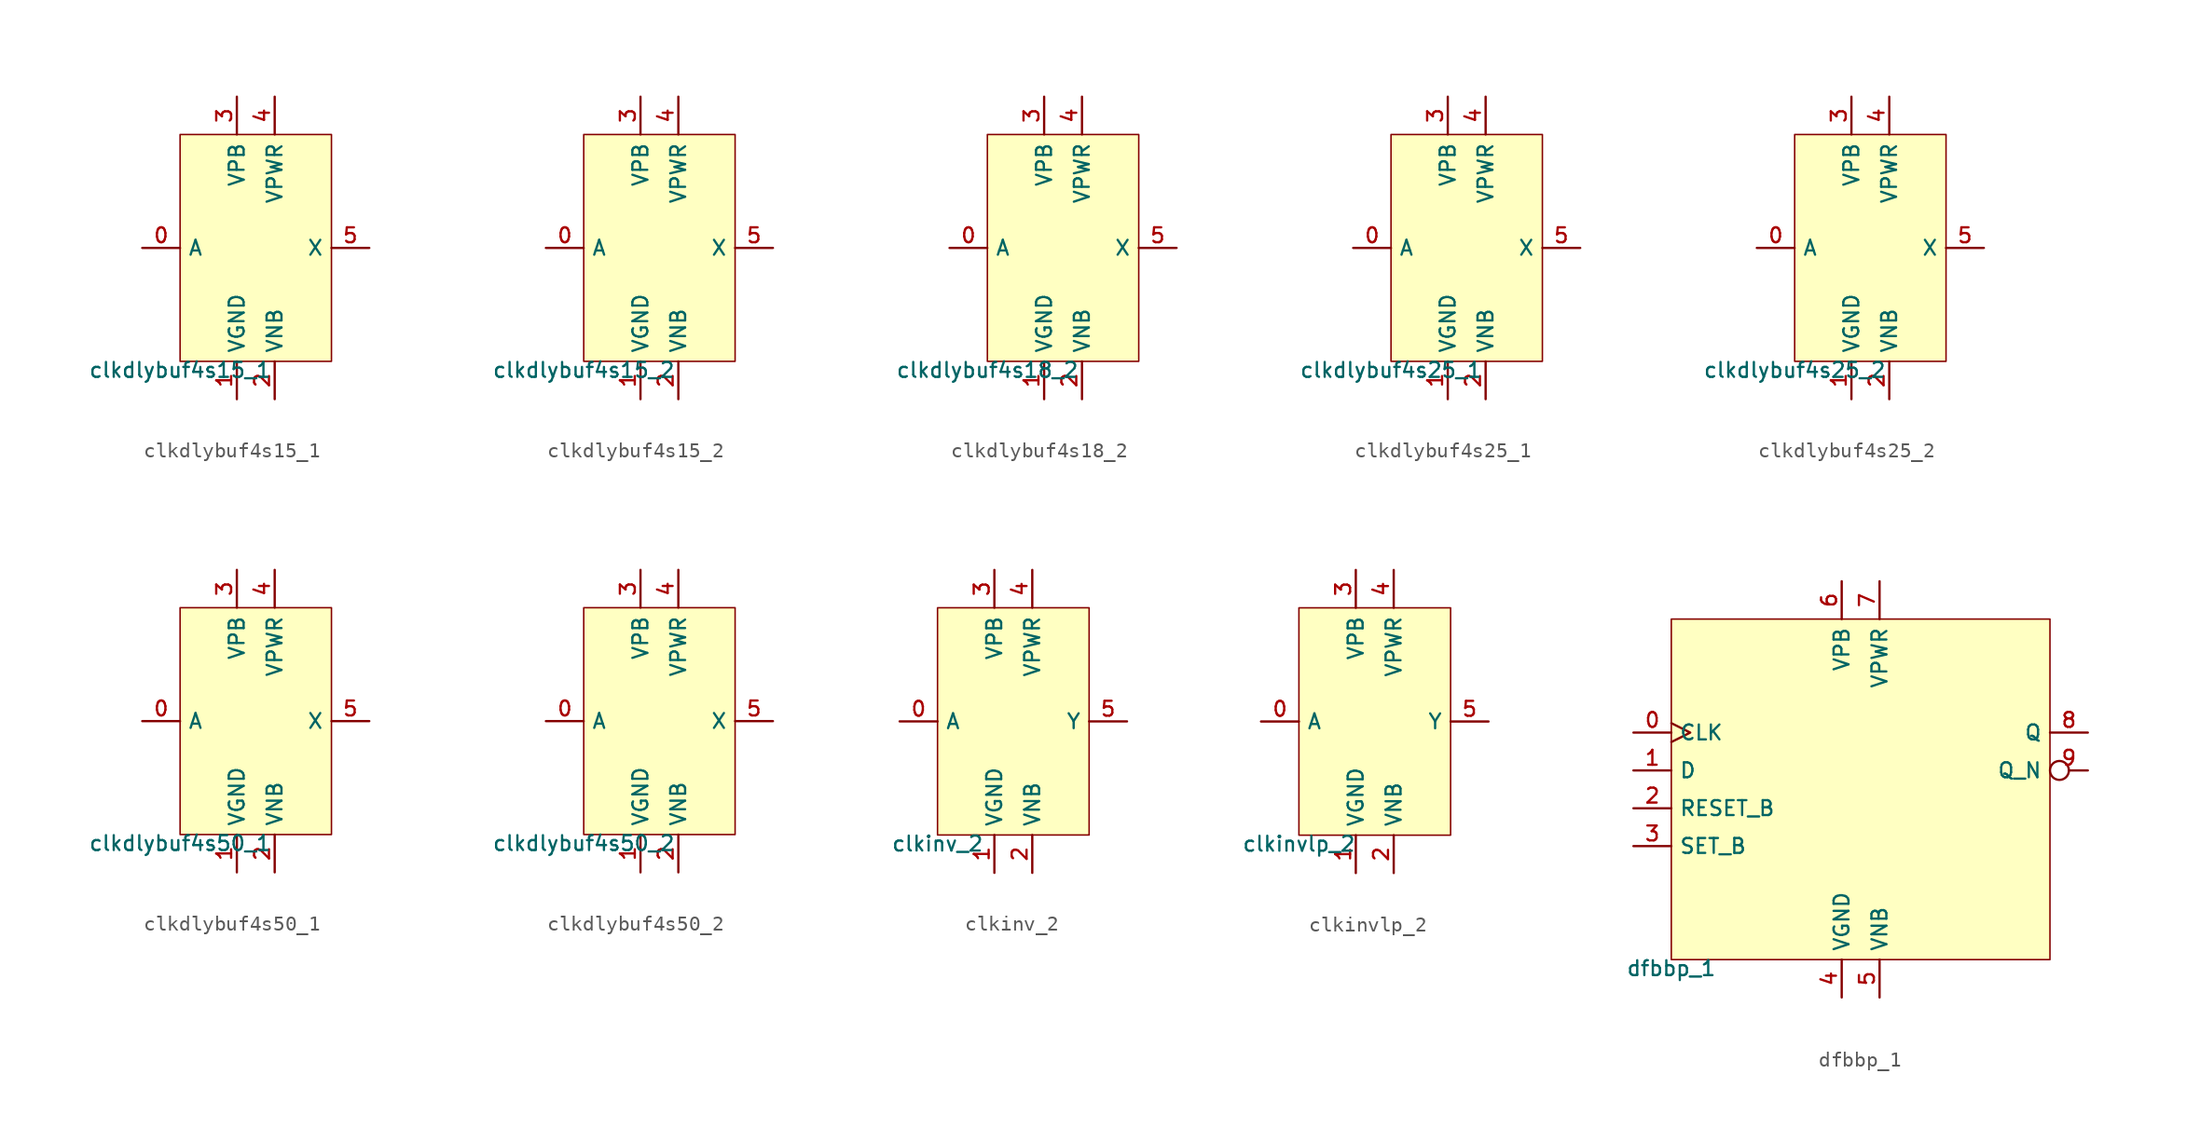
<source format=kicad_sym>
(kicad_symbol_lib
  (version 20211014)
  (generator pdk2kicad)
  (symbol "clkdlybuf4s15_1"
    (property "Reference" "X"
      (at 0 0 0)
      (effects (font (size 1 1)) hide))
    (property "Value" "clkdlybuf4s15_1"
      (at -5.08 -7.62 0)
      (effects (font (size 1 1)) (justify top)))
    (rectangle
      (start -5.08 -7.62)
      (end 5.08 7.62)
      (stroke (width 0.1) (type solid) (color 0 0 0 0))
      (fill (type background)))
    (pin input line
      (at -7.62 0.0 0)
      (length 2.54)
      (name "A" (effects (font (size 1 1)) hide))
      (number "0" (effects (font (size 1 1)) hide)))
    (pin power_in line
      (at -1.27 -10.16 90)
      (length 2.54)
      (name "VGND" (effects (font (size 1 1)) hide))
      (number "1" (effects (font (size 1 1)) hide)))
    (pin power_in line
      (at 1.27 -10.16 90)
      (length 2.54)
      (name "VNB" (effects (font (size 1 1)) hide))
      (number "2" (effects (font (size 1 1)) hide)))
    (pin power_in line
      (at -1.27 10.16 270)
      (length 2.54)
      (name "VPB" (effects (font (size 1 1)) hide))
      (number "3" (effects (font (size 1 1)) hide)))
    (pin power_in line
      (at 1.27 10.16 270)
      (length 2.54)
      (name "VPWR" (effects (font (size 1 1)) hide))
      (number "4" (effects (font (size 1 1)) hide)))
    (pin output line
      (at 7.62 0.0 180)
      (length 2.54)
      (name "X" (effects (font (size 1 1)) hide))
      (number "5" (effects (font (size 1 1)) hide))))
  (symbol "clkdlybuf4s15_2"
    (property "Reference" "X"
      (at 0 0 0)
      (effects (font (size 1 1)) hide))
    (property "Value" "clkdlybuf4s15_2"
      (at -5.08 -7.62 0)
      (effects (font (size 1 1)) (justify top)))
    (rectangle
      (start -5.08 -7.62)
      (end 5.08 7.62)
      (stroke (width 0.1) (type solid) (color 0 0 0 0))
      (fill (type background)))
    (pin input line
      (at -7.62 0.0 0)
      (length 2.54)
      (name "A" (effects (font (size 1 1)) hide))
      (number "0" (effects (font (size 1 1)) hide)))
    (pin power_in line
      (at -1.27 -10.16 90)
      (length 2.54)
      (name "VGND" (effects (font (size 1 1)) hide))
      (number "1" (effects (font (size 1 1)) hide)))
    (pin power_in line
      (at 1.27 -10.16 90)
      (length 2.54)
      (name "VNB" (effects (font (size 1 1)) hide))
      (number "2" (effects (font (size 1 1)) hide)))
    (pin power_in line
      (at -1.27 10.16 270)
      (length 2.54)
      (name "VPB" (effects (font (size 1 1)) hide))
      (number "3" (effects (font (size 1 1)) hide)))
    (pin power_in line
      (at 1.27 10.16 270)
      (length 2.54)
      (name "VPWR" (effects (font (size 1 1)) hide))
      (number "4" (effects (font (size 1 1)) hide)))
    (pin output line
      (at 7.62 0.0 180)
      (length 2.54)
      (name "X" (effects (font (size 1 1)) hide))
      (number "5" (effects (font (size 1 1)) hide))))
  (symbol "clkdlybuf4s18_2"
    (property "Reference" "X"
      (at 0 0 0)
      (effects (font (size 1 1)) hide))
    (property "Value" "clkdlybuf4s18_2"
      (at -5.08 -7.62 0)
      (effects (font (size 1 1)) (justify top)))
    (rectangle
      (start -5.08 -7.62)
      (end 5.08 7.62)
      (stroke (width 0.1) (type solid) (color 0 0 0 0))
      (fill (type background)))
    (pin input line
      (at -7.62 0.0 0)
      (length 2.54)
      (name "A" (effects (font (size 1 1)) hide))
      (number "0" (effects (font (size 1 1)) hide)))
    (pin power_in line
      (at -1.27 -10.16 90)
      (length 2.54)
      (name "VGND" (effects (font (size 1 1)) hide))
      (number "1" (effects (font (size 1 1)) hide)))
    (pin power_in line
      (at 1.27 -10.16 90)
      (length 2.54)
      (name "VNB" (effects (font (size 1 1)) hide))
      (number "2" (effects (font (size 1 1)) hide)))
    (pin power_in line
      (at -1.27 10.16 270)
      (length 2.54)
      (name "VPB" (effects (font (size 1 1)) hide))
      (number "3" (effects (font (size 1 1)) hide)))
    (pin power_in line
      (at 1.27 10.16 270)
      (length 2.54)
      (name "VPWR" (effects (font (size 1 1)) hide))
      (number "4" (effects (font (size 1 1)) hide)))
    (pin output line
      (at 7.62 0.0 180)
      (length 2.54)
      (name "X" (effects (font (size 1 1)) hide))
      (number "5" (effects (font (size 1 1)) hide))))
  (symbol "clkdlybuf4s25_1"
    (property "Reference" "X"
      (at 0 0 0)
      (effects (font (size 1 1)) hide))
    (property "Value" "clkdlybuf4s25_1"
      (at -5.08 -7.62 0)
      (effects (font (size 1 1)) (justify top)))
    (rectangle
      (start -5.08 -7.62)
      (end 5.08 7.62)
      (stroke (width 0.1) (type solid) (color 0 0 0 0))
      (fill (type background)))
    (pin input line
      (at -7.62 0.0 0)
      (length 2.54)
      (name "A" (effects (font (size 1 1)) hide))
      (number "0" (effects (font (size 1 1)) hide)))
    (pin power_in line
      (at -1.27 -10.16 90)
      (length 2.54)
      (name "VGND" (effects (font (size 1 1)) hide))
      (number "1" (effects (font (size 1 1)) hide)))
    (pin power_in line
      (at 1.27 -10.16 90)
      (length 2.54)
      (name "VNB" (effects (font (size 1 1)) hide))
      (number "2" (effects (font (size 1 1)) hide)))
    (pin power_in line
      (at -1.27 10.16 270)
      (length 2.54)
      (name "VPB" (effects (font (size 1 1)) hide))
      (number "3" (effects (font (size 1 1)) hide)))
    (pin power_in line
      (at 1.27 10.16 270)
      (length 2.54)
      (name "VPWR" (effects (font (size 1 1)) hide))
      (number "4" (effects (font (size 1 1)) hide)))
    (pin output line
      (at 7.62 0.0 180)
      (length 2.54)
      (name "X" (effects (font (size 1 1)) hide))
      (number "5" (effects (font (size 1 1)) hide))))
  (symbol "clkdlybuf4s25_2"
    (property "Reference" "X"
      (at 0 0 0)
      (effects (font (size 1 1)) hide))
    (property "Value" "clkdlybuf4s25_2"
      (at -5.08 -7.62 0)
      (effects (font (size 1 1)) (justify top)))
    (rectangle
      (start -5.08 -7.62)
      (end 5.08 7.62)
      (stroke (width 0.1) (type solid) (color 0 0 0 0))
      (fill (type background)))
    (pin input line
      (at -7.62 0.0 0)
      (length 2.54)
      (name "A" (effects (font (size 1 1)) hide))
      (number "0" (effects (font (size 1 1)) hide)))
    (pin power_in line
      (at -1.27 -10.16 90)
      (length 2.54)
      (name "VGND" (effects (font (size 1 1)) hide))
      (number "1" (effects (font (size 1 1)) hide)))
    (pin power_in line
      (at 1.27 -10.16 90)
      (length 2.54)
      (name "VNB" (effects (font (size 1 1)) hide))
      (number "2" (effects (font (size 1 1)) hide)))
    (pin power_in line
      (at -1.27 10.16 270)
      (length 2.54)
      (name "VPB" (effects (font (size 1 1)) hide))
      (number "3" (effects (font (size 1 1)) hide)))
    (pin power_in line
      (at 1.27 10.16 270)
      (length 2.54)
      (name "VPWR" (effects (font (size 1 1)) hide))
      (number "4" (effects (font (size 1 1)) hide)))
    (pin output line
      (at 7.62 0.0 180)
      (length 2.54)
      (name "X" (effects (font (size 1 1)) hide))
      (number "5" (effects (font (size 1 1)) hide))))
  (symbol "clkdlybuf4s50_1"
    (property "Reference" "X"
      (at 0 0 0)
      (effects (font (size 1 1)) hide))
    (property "Value" "clkdlybuf4s50_1"
      (at -5.08 -7.62 0)
      (effects (font (size 1 1)) (justify top)))
    (rectangle
      (start -5.08 -7.62)
      (end 5.08 7.62)
      (stroke (width 0.1) (type solid) (color 0 0 0 0))
      (fill (type background)))
    (pin input line
      (at -7.62 0.0 0)
      (length 2.54)
      (name "A" (effects (font (size 1 1)) hide))
      (number "0" (effects (font (size 1 1)) hide)))
    (pin power_in line
      (at -1.27 -10.16 90)
      (length 2.54)
      (name "VGND" (effects (font (size 1 1)) hide))
      (number "1" (effects (font (size 1 1)) hide)))
    (pin power_in line
      (at 1.27 -10.16 90)
      (length 2.54)
      (name "VNB" (effects (font (size 1 1)) hide))
      (number "2" (effects (font (size 1 1)) hide)))
    (pin power_in line
      (at -1.27 10.16 270)
      (length 2.54)
      (name "VPB" (effects (font (size 1 1)) hide))
      (number "3" (effects (font (size 1 1)) hide)))
    (pin power_in line
      (at 1.27 10.16 270)
      (length 2.54)
      (name "VPWR" (effects (font (size 1 1)) hide))
      (number "4" (effects (font (size 1 1)) hide)))
    (pin output line
      (at 7.62 0.0 180)
      (length 2.54)
      (name "X" (effects (font (size 1 1)) hide))
      (number "5" (effects (font (size 1 1)) hide))))
  (symbol "clkdlybuf4s50_2"
    (property "Reference" "X"
      (at 0 0 0)
      (effects (font (size 1 1)) hide))
    (property "Value" "clkdlybuf4s50_2"
      (at -5.08 -7.62 0)
      (effects (font (size 1 1)) (justify top)))
    (rectangle
      (start -5.08 -7.62)
      (end 5.08 7.62)
      (stroke (width 0.1) (type solid) (color 0 0 0 0))
      (fill (type background)))
    (pin input line
      (at -7.62 0.0 0)
      (length 2.54)
      (name "A" (effects (font (size 1 1)) hide))
      (number "0" (effects (font (size 1 1)) hide)))
    (pin power_in line
      (at -1.27 -10.16 90)
      (length 2.54)
      (name "VGND" (effects (font (size 1 1)) hide))
      (number "1" (effects (font (size 1 1)) hide)))
    (pin power_in line
      (at 1.27 -10.16 90)
      (length 2.54)
      (name "VNB" (effects (font (size 1 1)) hide))
      (number "2" (effects (font (size 1 1)) hide)))
    (pin power_in line
      (at -1.27 10.16 270)
      (length 2.54)
      (name "VPB" (effects (font (size 1 1)) hide))
      (number "3" (effects (font (size 1 1)) hide)))
    (pin power_in line
      (at 1.27 10.16 270)
      (length 2.54)
      (name "VPWR" (effects (font (size 1 1)) hide))
      (number "4" (effects (font (size 1 1)) hide)))
    (pin output line
      (at 7.62 0.0 180)
      (length 2.54)
      (name "X" (effects (font (size 1 1)) hide))
      (number "5" (effects (font (size 1 1)) hide))))
  (symbol "clkinv_2"
    (property "Reference" "X"
      (at 0 0 0)
      (effects (font (size 1 1)) hide))
    (property "Value" "clkinv_2"
      (at -5.08 -7.62 0)
      (effects (font (size 1 1)) (justify top)))
    (rectangle
      (start -5.08 -7.62)
      (end 5.08 7.62)
      (stroke (width 0.1) (type solid) (color 0 0 0 0))
      (fill (type background)))
    (pin input line
      (at -7.62 0.0 0)
      (length 2.54)
      (name "A" (effects (font (size 1 1)) hide))
      (number "0" (effects (font (size 1 1)) hide)))
    (pin power_in line
      (at -1.27 -10.16 90)
      (length 2.54)
      (name "VGND" (effects (font (size 1 1)) hide))
      (number "1" (effects (font (size 1 1)) hide)))
    (pin power_in line
      (at 1.27 -10.16 90)
      (length 2.54)
      (name "VNB" (effects (font (size 1 1)) hide))
      (number "2" (effects (font (size 1 1)) hide)))
    (pin power_in line
      (at -1.27 10.16 270)
      (length 2.54)
      (name "VPB" (effects (font (size 1 1)) hide))
      (number "3" (effects (font (size 1 1)) hide)))
    (pin power_in line
      (at 1.27 10.16 270)
      (length 2.54)
      (name "VPWR" (effects (font (size 1 1)) hide))
      (number "4" (effects (font (size 1 1)) hide)))
    (pin output line
      (at 7.62 0.0 180)
      (length 2.54)
      (name "Y" (effects (font (size 1 1)) hide))
      (number "5" (effects (font (size 1 1)) hide))))
  (symbol "clkinvlp_2"
    (property "Reference" "X"
      (at 0 0 0)
      (effects (font (size 1 1)) hide))
    (property "Value" "clkinvlp_2"
      (at -5.08 -7.62 0)
      (effects (font (size 1 1)) (justify top)))
    (rectangle
      (start -5.08 -7.62)
      (end 5.08 7.62)
      (stroke (width 0.1) (type solid) (color 0 0 0 0))
      (fill (type background)))
    (pin input line
      (at -7.62 0.0 0)
      (length 2.54)
      (name "A" (effects (font (size 1 1)) hide))
      (number "0" (effects (font (size 1 1)) hide)))
    (pin power_in line
      (at -1.27 -10.16 90)
      (length 2.54)
      (name "VGND" (effects (font (size 1 1)) hide))
      (number "1" (effects (font (size 1 1)) hide)))
    (pin power_in line
      (at 1.27 -10.16 90)
      (length 2.54)
      (name "VNB" (effects (font (size 1 1)) hide))
      (number "2" (effects (font (size 1 1)) hide)))
    (pin power_in line
      (at -1.27 10.16 270)
      (length 2.54)
      (name "VPB" (effects (font (size 1 1)) hide))
      (number "3" (effects (font (size 1 1)) hide)))
    (pin power_in line
      (at 1.27 10.16 270)
      (length 2.54)
      (name "VPWR" (effects (font (size 1 1)) hide))
      (number "4" (effects (font (size 1 1)) hide)))
    (pin output line
      (at 7.62 0.0 180)
      (length 2.54)
      (name "Y" (effects (font (size 1 1)) hide))
      (number "5" (effects (font (size 1 1)) hide))))
  (symbol "dfbbp_1"
    (property "Reference" "X"
      (at 0 0 0)
      (effects (font (size 1 1)) hide))
    (property "Value" "dfbbp_1"
      (at -12.7 -11.43 0)
      (effects (font (size 1 1)) (justify top)))
    (rectangle
      (start -12.7 -11.43)
      (end 12.7 11.43)
      (stroke (width 0.1) (type solid) (color 0 0 0 0))
      (fill (type background)))
    (pin input clock
      (at -15.24 3.81 0)
      (length 2.54)
      (name "CLK" (effects (font (size 1 1)) hide))
      (number "0" (effects (font (size 1 1)) hide)))
    (pin input line
      (at -15.24 1.27 0)
      (length 2.54)
      (name "D" (effects (font (size 1 1)) hide))
      (number "1" (effects (font (size 1 1)) hide)))
    (pin input line
      (at -15.24 -1.27 0)
      (length 2.54)
      (name "RESET_B" (effects (font (size 1 1)) hide))
      (number "2" (effects (font (size 1 1)) hide)))
    (pin input line
      (at -15.24 -3.81 0)
      (length 2.54)
      (name "SET_B" (effects (font (size 1 1)) hide))
      (number "3" (effects (font (size 1 1)) hide)))
    (pin power_in line
      (at -1.27 -13.97 90)
      (length 2.54)
      (name "VGND" (effects (font (size 1 1)) hide))
      (number "4" (effects (font (size 1 1)) hide)))
    (pin power_in line
      (at 1.27 -13.97 90)
      (length 2.54)
      (name "VNB" (effects (font (size 1 1)) hide))
      (number "5" (effects (font (size 1 1)) hide)))
    (pin power_in line
      (at -1.27 13.97 270)
      (length 2.54)
      (name "VPB" (effects (font (size 1 1)) hide))
      (number "6" (effects (font (size 1 1)) hide)))
    (pin power_in line
      (at 1.27 13.97 270)
      (length 2.54)
      (name "VPWR" (effects (font (size 1 1)) hide))
      (number "7" (effects (font (size 1 1)) hide)))
    (pin output line
      (at 15.24 3.81 180)
      (length 2.54)
      (name "Q" (effects (font (size 1 1)) hide))
      (number "8" (effects (font (size 1 1)) hide)))
    (pin output inverted
      (at 15.24 1.27 180)
      (length 2.54)
      (name "Q_N" (effects (font (size 1 1)) hide))
      (number "9" (effects (font (size 1 1)) hide)))))
</source>
